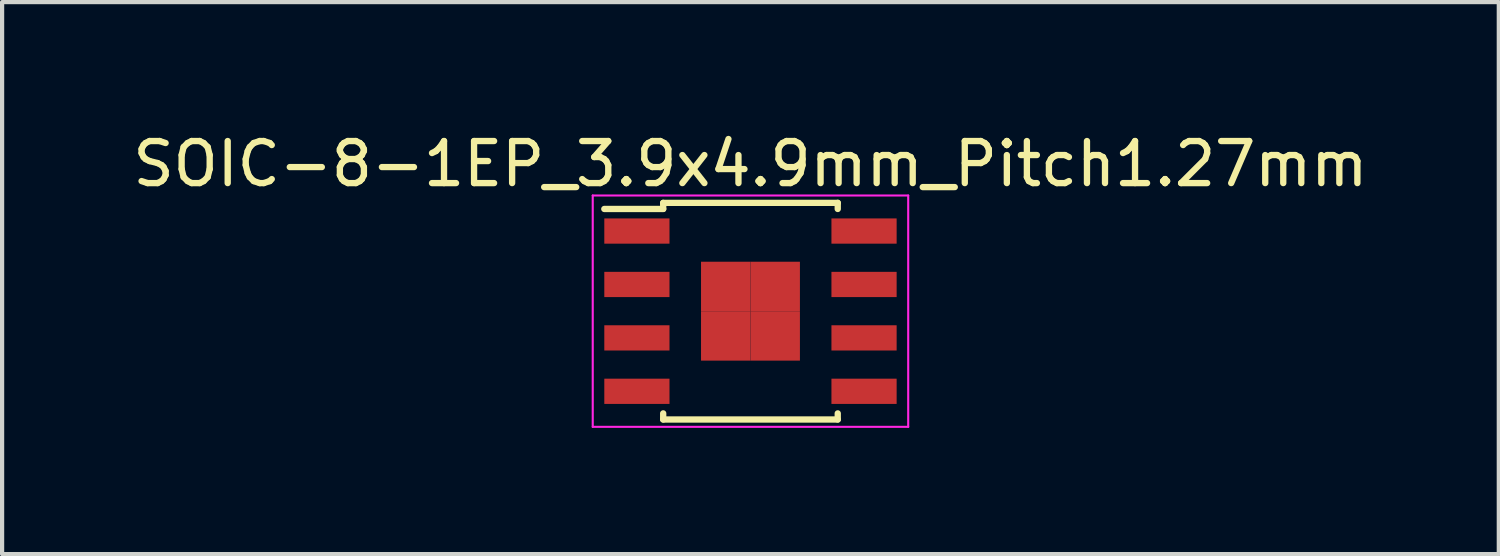
<source format=kicad_pcb>
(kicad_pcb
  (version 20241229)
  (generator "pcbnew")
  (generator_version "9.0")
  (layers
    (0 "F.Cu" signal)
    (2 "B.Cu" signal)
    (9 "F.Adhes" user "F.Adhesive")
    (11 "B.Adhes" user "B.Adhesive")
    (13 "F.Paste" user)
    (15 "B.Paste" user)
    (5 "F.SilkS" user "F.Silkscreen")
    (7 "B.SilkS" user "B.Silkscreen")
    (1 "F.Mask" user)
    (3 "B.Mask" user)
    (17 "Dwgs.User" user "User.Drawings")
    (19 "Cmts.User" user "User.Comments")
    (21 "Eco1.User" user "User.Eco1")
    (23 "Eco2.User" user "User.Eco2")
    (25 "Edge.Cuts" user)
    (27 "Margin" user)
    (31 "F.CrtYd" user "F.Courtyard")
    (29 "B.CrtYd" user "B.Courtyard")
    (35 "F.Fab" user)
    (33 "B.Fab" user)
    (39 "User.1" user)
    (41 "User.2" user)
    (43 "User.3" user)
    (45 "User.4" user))
  (footprint "SOIC-8-1EP_3.9x4.9mm_Pitch1.27mm"
    (layer "F.Cu")
    (at 14.792 4.348)
    (property "Reference" "SOIC-8-1EP_3.9x4.9mm_Pitch1.27mm" (at 0 -3.5 0) (layer "F.SilkS") (effects (font (size 1 1) (thickness 0.15))))
    (attr smd)
    (fp_line (start -2.075 -2.575) (end -2.075 -2.43) (stroke (width 0.15) (type solid)) (layer "F.SilkS"))
    (fp_line (start -2.075 -2.575) (end 2.075 -2.575) (stroke (width 0.15) (type solid)) (layer "F.SilkS"))
    (fp_line (start -2.075 -2.43) (end -3.475 -2.43) (stroke (width 0.15) (type solid)) (layer "F.SilkS"))
    (fp_line (start -2.075 2.575) (end -2.075 2.43) (stroke (width 0.15) (type solid)) (layer "F.SilkS"))
    (fp_line (start -2.075 2.575) (end 2.075 2.575) (stroke (width 0.15) (type solid)) (layer "F.SilkS"))
    (fp_line (start 2.075 -2.575) (end 2.075 -2.43) (stroke (width 0.15) (type solid)) (layer "F.SilkS"))
    (fp_line (start 2.075 2.575) (end 2.075 2.43) (stroke (width 0.15) (type solid)) (layer "F.SilkS"))
    (fp_line (start -3.75 -2.75) (end -3.75 2.75) (stroke (width 0.05) (type solid)) (layer "F.CrtYd"))
    (fp_line (start -3.75 -2.75) (end 3.75 -2.75) (stroke (width 0.05) (type solid)) (layer "F.CrtYd"))
    (fp_line (start -3.75 2.75) (end 3.75 2.75) (stroke (width 0.05) (type solid)) (layer "F.CrtYd"))
    (fp_line (start 3.75 -2.75) (end 3.75 2.75) (stroke (width 0.05) (type solid)) (layer "F.CrtYd"))
    (pad "1" smd rect (at -2.7 -1.905) (size 1.55 0.6) (layers "F.Cu" "F.Mask" "F.Paste"))
    (pad "2" smd rect (at -2.7 -0.635) (size 1.55 0.6) (layers "F.Cu" "F.Mask" "F.Paste"))
    (pad "3" smd rect (at -2.7 0.635) (size 1.55 0.6) (layers "F.Cu" "F.Mask" "F.Paste"))
    (pad "4" smd rect (at -2.7 1.905) (size 1.55 0.6) (layers "F.Cu" "F.Mask" "F.Paste"))
    (pad "5" smd rect (at 2.7 1.905) (size 1.55 0.6) (layers "F.Cu" "F.Mask" "F.Paste"))
    (pad "6" smd rect (at 2.7 0.635) (size 1.55 0.6) (layers "F.Cu" "F.Mask" "F.Paste"))
    (pad "7" smd rect (at 2.7 -0.635) (size 1.55 0.6) (layers "F.Cu" "F.Mask" "F.Paste"))
    (pad "8" smd rect (at 2.7 -1.905) (size 1.55 0.6) (layers "F.Cu" "F.Mask" "F.Paste"))
    (pad "9" smd rect (at -0.588 -0.588) (size 1.175 1.175) (layers "F.Cu" "F.Mask" "F.Paste"))
    (pad "9" smd rect (at -0.588 0.588) (size 1.175 1.175) (layers "F.Cu" "F.Mask" "F.Paste"))
    (pad "9" smd rect (at 0.588 -0.588) (size 1.175 1.175) (layers "F.Cu" "F.Mask" "F.Paste"))
    (pad "9" smd rect (at 0.588 0.588) (size 1.175 1.175) (layers "F.Cu" "F.Mask" "F.Paste")))
  (gr_rect
    (start -3 -3)
    (end 32.583 10.123)
    (stroke (width 0.1) (type default))
    (fill no)
    (layer "Edge.Cuts")))
</source>
